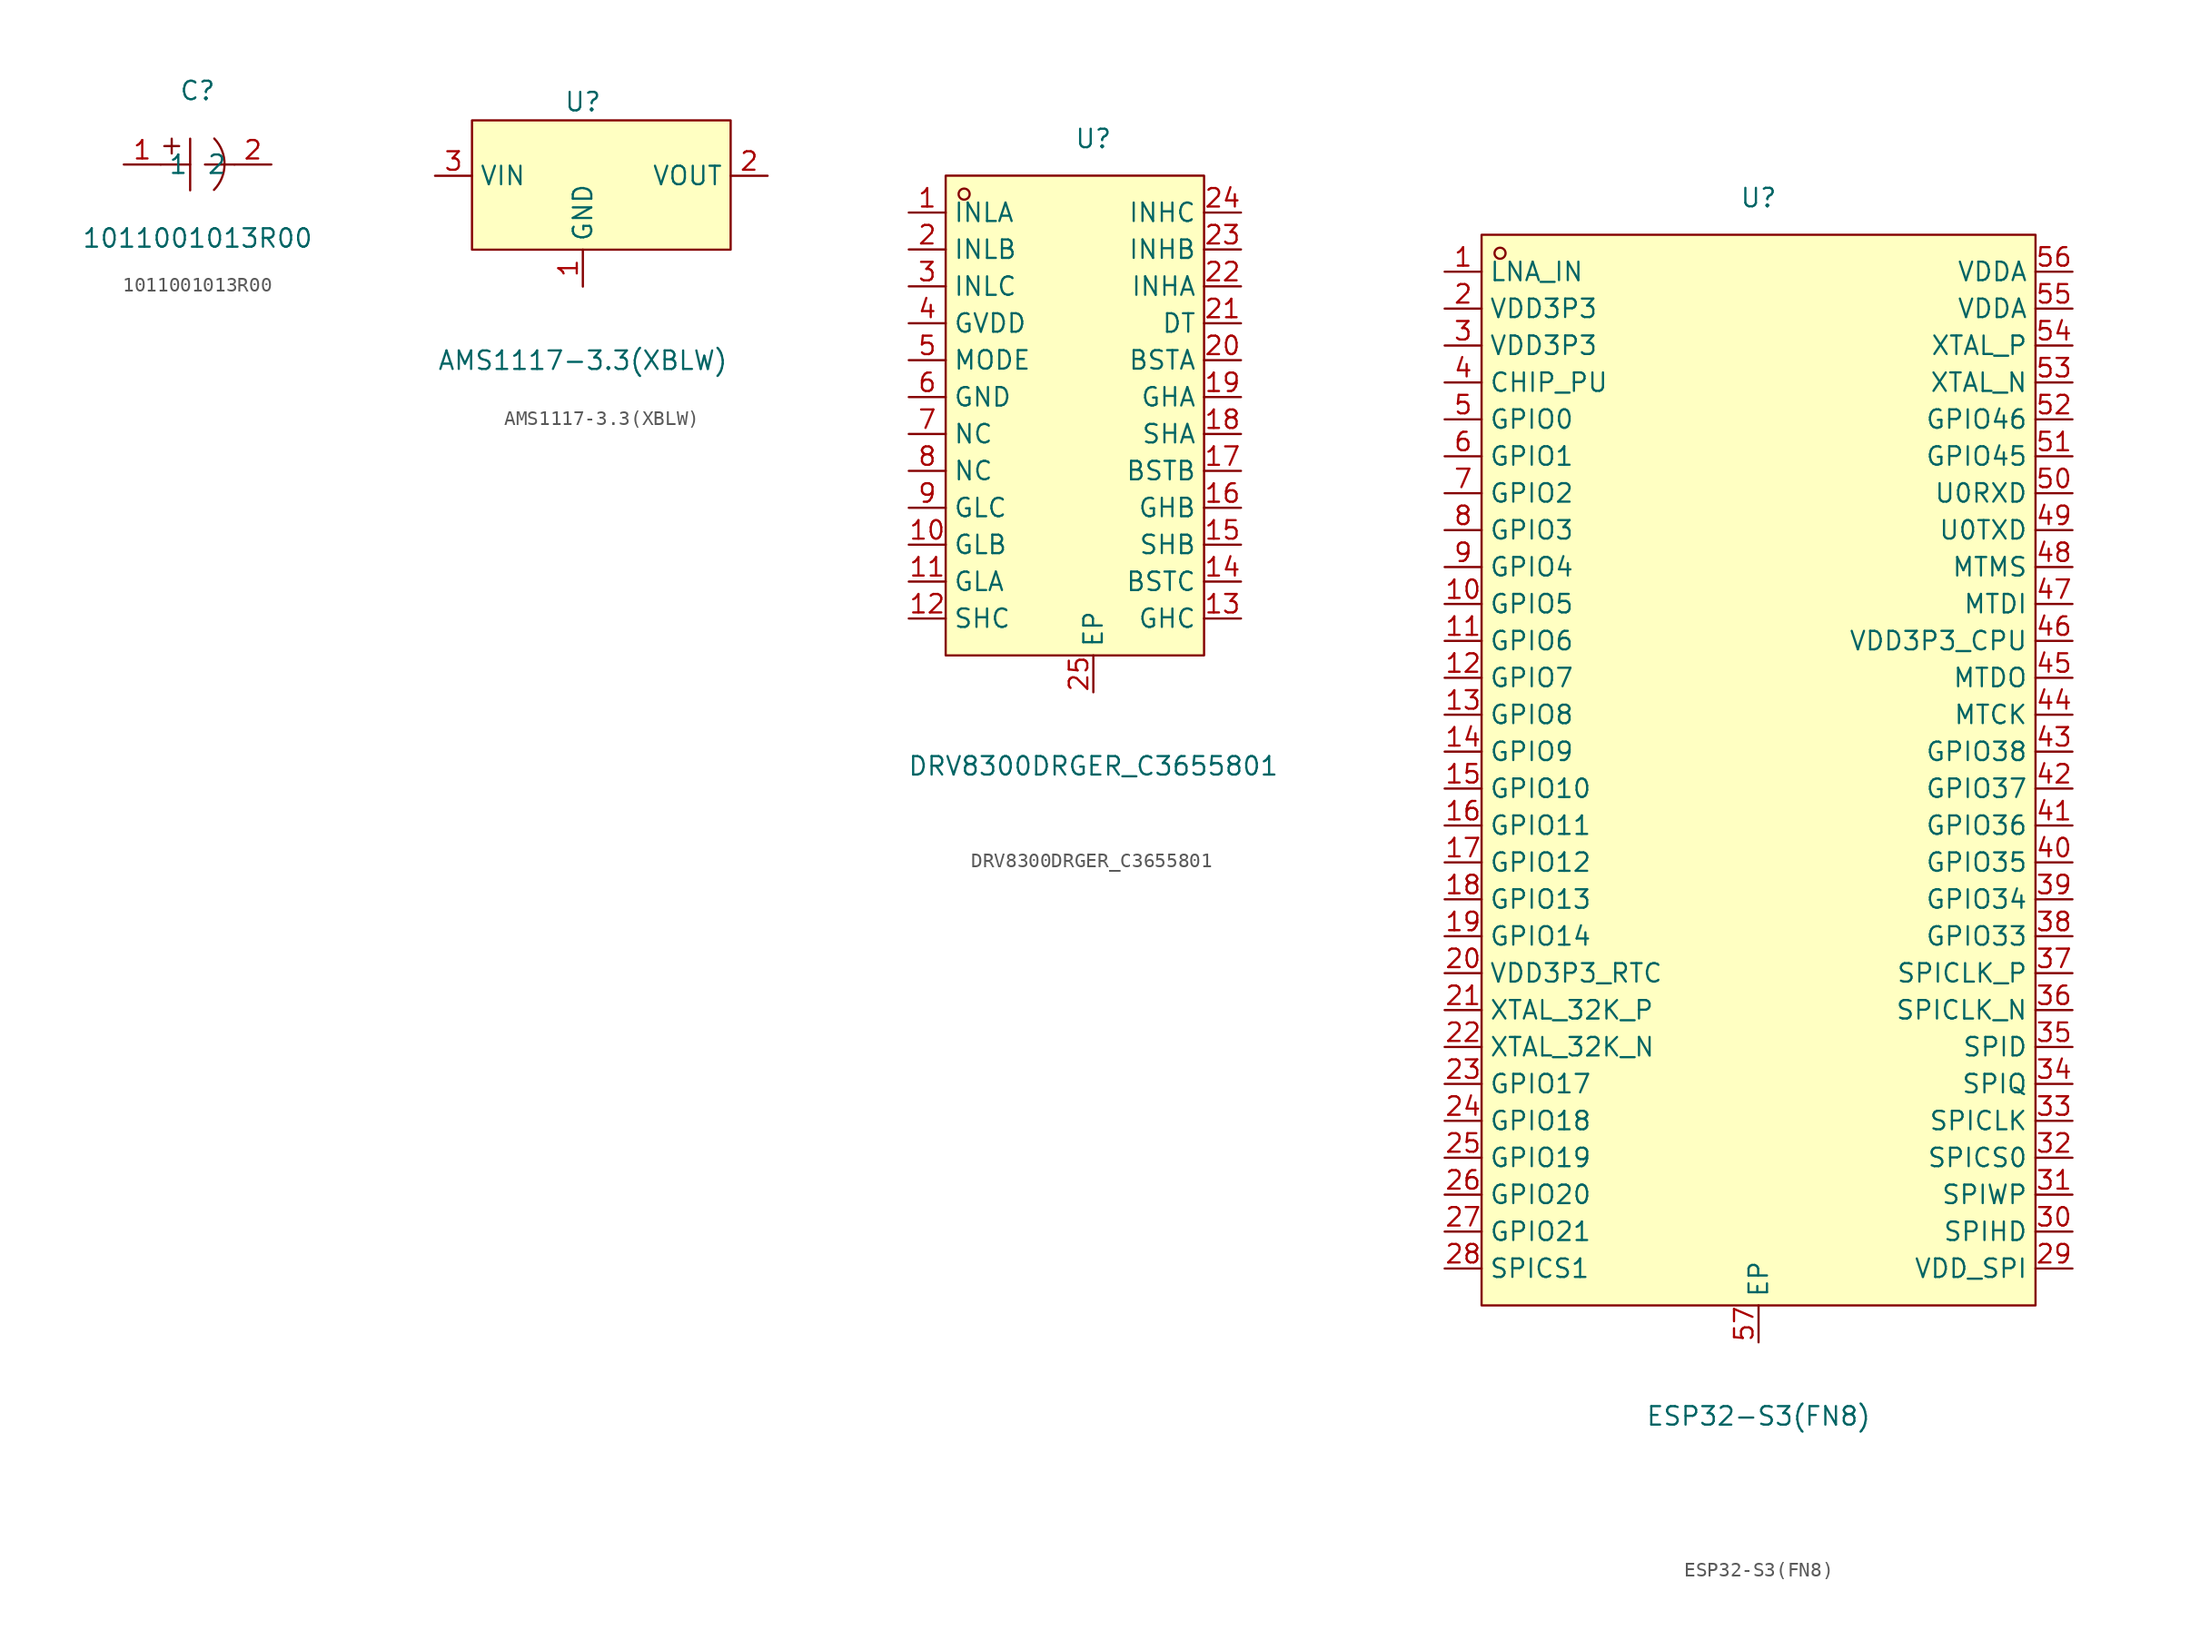
<source format=kicad_sym>
(kicad_symbol_lib
  (version 20211014)
  (generator https://github.com/uPesy/easyeda2kicad.py)
  (symbol "1011001013R00"
    (property "Reference" "C"
      (at 0 5.08 0)
      (effects (font (size 1.27 1.27))))
    (property "Value" "1011001013R00"
      (at 0 -5.08 0)
      (effects (font (size 1.27 1.27))))
    (symbol "1011001013R00_0_1"
      (arc (start 1.13 -1.75) (mid 5.47 -0.41) (end 1.15 1.79) (stroke (width 0) (type default) (color 0 0 0 0)) (fill (type none)))
      (polyline (pts (xy -0.51 1.78) (xy -0.51 -1.78)) (stroke (width 0) (type default) (color 0 0 0 0)) (fill (type none)))
      (polyline (pts (xy -2.54 -0.00) (xy -0.51 -0.00)) (stroke (width 0) (type default) (color 0 0 0 0)) (fill (type none)))
      (polyline (pts (xy 0.51 -0.00) (xy 2.54 -0.00)) (stroke (width 0) (type default) (color 0 0 0 0)) (fill (type none)))
      (polyline (pts (xy -2.29 1.27) (xy -1.27 1.27)) (stroke (width 0) (type default) (color 0 0 0 0)) (fill (type none)))
      (polyline (pts (xy -1.78 1.78) (xy -1.78 0.76)) (stroke (width 0) (type default) (color 0 0 0 0)) (fill (type none)))
      (pin input line (at -5.08 -0.00 0) (length 2.54) (name "1" (effects (font (size 1.27 1.27)))) (number "1" (effects (font (size 1.27 1.27)))))
      (pin input line (at 5.08 -0.00 180) (length 2.54) (name "2" (effects (font (size 1.27 1.27)))) (number "2" (effects (font (size 1.27 1.27)))))))
  (symbol "AMS1117-3.3(XBLW)"
    (property "Reference" "U"
      (at 0 5.08 0)
      (effects (font (size 1.27 1.27))))
    (property "Value" "AMS1117-3.3(XBLW)"
      (at 0 -12.70 0)
      (effects (font (size 1.27 1.27))))
    (symbol "AMS1117-3.3(XBLW)_0_1"
      (rectangle (start -7.62 3.81) (end 10.16 -5.08) (stroke (width 0) (type default) (color 0 0 0 0)) (fill (type background)))
      (pin unspecified line (at 0.00 -7.62 90) (length 2.54) (name "GND" (effects (font (size 1.27 1.27)))) (number "1" (effects (font (size 1.27 1.27)))))
      (pin unspecified line (at 12.70 -0.00 180) (length 2.54) (name "VOUT" (effects (font (size 1.27 1.27)))) (number "2" (effects (font (size 1.27 1.27)))))
      (pin unspecified line (at -10.16 -0.00 0) (length 2.54) (name "VIN" (effects (font (size 1.27 1.27)))) (number "3" (effects (font (size 1.27 1.27)))))))
  (symbol "DRV8300DRGER_C3655801"
    (property "Reference" "U"
      (at 0 20.32 0)
      (effects (font (size 1.27 1.27))))
    (property "Value" "DRV8300DRGER_C3655801"
      (at 0 -22.86 0)
      (effects (font (size 1.27 1.27))))
    (symbol "DRV8300DRGER_C3655801_0_1"
      (rectangle (start -10.16 17.78) (end 7.62 -15.24) (stroke (width 0) (type default) (color 0 0 0 0)) (fill (type background)))
      (circle (center -8.89 16.51) (radius 0.38) (stroke (width 0) (type default) (color 0 0 0 0)) (fill (type none)))
      (pin unspecified line (at 0.00 -17.78 90) (length 2.54) (name "EP" (effects (font (size 1.27 1.27)))) (number "25" (effects (font (size 1.27 1.27)))))
      (pin unspecified line (at 10.16 15.24 180) (length 2.54) (name "INHC" (effects (font (size 1.27 1.27)))) (number "24" (effects (font (size 1.27 1.27)))))
      (pin unspecified line (at 10.16 12.70 180) (length 2.54) (name "INHB" (effects (font (size 1.27 1.27)))) (number "23" (effects (font (size 1.27 1.27)))))
      (pin unspecified line (at 10.16 10.16 180) (length 2.54) (name "INHA" (effects (font (size 1.27 1.27)))) (number "22" (effects (font (size 1.27 1.27)))))
      (pin unspecified line (at 10.16 7.62 180) (length 2.54) (name "DT" (effects (font (size 1.27 1.27)))) (number "21" (effects (font (size 1.27 1.27)))))
      (pin unspecified line (at 10.16 5.08 180) (length 2.54) (name "BSTA" (effects (font (size 1.27 1.27)))) (number "20" (effects (font (size 1.27 1.27)))))
      (pin unspecified line (at 10.16 2.54 180) (length 2.54) (name "GHA" (effects (font (size 1.27 1.27)))) (number "19" (effects (font (size 1.27 1.27)))))
      (pin unspecified line (at 10.16 -0.00 180) (length 2.54) (name "SHA" (effects (font (size 1.27 1.27)))) (number "18" (effects (font (size 1.27 1.27)))))
      (pin unspecified line (at 10.16 -2.54 180) (length 2.54) (name "BSTB" (effects (font (size 1.27 1.27)))) (number "17" (effects (font (size 1.27 1.27)))))
      (pin unspecified line (at 10.16 -5.08 180) (length 2.54) (name "GHB" (effects (font (size 1.27 1.27)))) (number "16" (effects (font (size 1.27 1.27)))))
      (pin unspecified line (at 10.16 -7.62 180) (length 2.54) (name "SHB" (effects (font (size 1.27 1.27)))) (number "15" (effects (font (size 1.27 1.27)))))
      (pin unspecified line (at 10.16 -10.16 180) (length 2.54) (name "BSTC" (effects (font (size 1.27 1.27)))) (number "14" (effects (font (size 1.27 1.27)))))
      (pin unspecified line (at 10.16 -12.70 180) (length 2.54) (name "GHC" (effects (font (size 1.27 1.27)))) (number "13" (effects (font (size 1.27 1.27)))))
      (pin unspecified line (at -12.70 -12.70 0) (length 2.54) (name "SHC" (effects (font (size 1.27 1.27)))) (number "12" (effects (font (size 1.27 1.27)))))
      (pin unspecified line (at -12.70 -10.16 0) (length 2.54) (name "GLA" (effects (font (size 1.27 1.27)))) (number "11" (effects (font (size 1.27 1.27)))))
      (pin unspecified line (at -12.70 -7.62 0) (length 2.54) (name "GLB" (effects (font (size 1.27 1.27)))) (number "10" (effects (font (size 1.27 1.27)))))
      (pin unspecified line (at -12.70 -5.08 0) (length 2.54) (name "GLC" (effects (font (size 1.27 1.27)))) (number "9" (effects (font (size 1.27 1.27)))))
      (pin unspecified line (at -12.70 -2.54 0) (length 2.54) (name "NC" (effects (font (size 1.27 1.27)))) (number "8" (effects (font (size 1.27 1.27)))))
      (pin unspecified line (at -12.70 -0.00 0) (length 2.54) (name "NC" (effects (font (size 1.27 1.27)))) (number "7" (effects (font (size 1.27 1.27)))))
      (pin unspecified line (at -12.70 2.54 0) (length 2.54) (name "GND" (effects (font (size 1.27 1.27)))) (number "6" (effects (font (size 1.27 1.27)))))
      (pin unspecified line (at -12.70 5.08 0) (length 2.54) (name "MODE" (effects (font (size 1.27 1.27)))) (number "5" (effects (font (size 1.27 1.27)))))
      (pin unspecified line (at -12.70 7.62 0) (length 2.54) (name "GVDD" (effects (font (size 1.27 1.27)))) (number "4" (effects (font (size 1.27 1.27)))))
      (pin unspecified line (at -12.70 10.16 0) (length 2.54) (name "INLC" (effects (font (size 1.27 1.27)))) (number "3" (effects (font (size 1.27 1.27)))))
      (pin unspecified line (at -12.70 12.70 0) (length 2.54) (name "INLB" (effects (font (size 1.27 1.27)))) (number "2" (effects (font (size 1.27 1.27)))))
      (pin unspecified line (at -12.70 15.24 0) (length 2.54) (name "INLA" (effects (font (size 1.27 1.27)))) (number "1" (effects (font (size 1.27 1.27)))))))
  (symbol "ESP32-S3(FN8)"
    (property "Reference" "U"
      (at 0 39.37 0)
      (effects (font (size 1.27 1.27))))
    (property "Value" "ESP32-S3(FN8)"
      (at 0 -44.45 0)
      (effects (font (size 1.27 1.27))))
    (symbol "ESP32-S3(FN8)_0_1"
      (rectangle (start -19.05 36.83) (end 19.05 -36.83) (stroke (width 0) (type default) (color 0 0 0 0)) (fill (type background)))
      (circle (center -17.78 35.56) (radius 0.38) (stroke (width 0) (type default) (color 0 0 0 0)) (fill (type none)))
      (pin unspecified line (at -21.59 34.29 0) (length 2.54) (name "LNA_IN" (effects (font (size 1.27 1.27)))) (number "1" (effects (font (size 1.27 1.27)))))
      (pin unspecified line (at -21.59 31.75 0) (length 2.54) (name "VDD3P3" (effects (font (size 1.27 1.27)))) (number "2" (effects (font (size 1.27 1.27)))))
      (pin unspecified line (at -21.59 29.21 0) (length 2.54) (name "VDD3P3" (effects (font (size 1.27 1.27)))) (number "3" (effects (font (size 1.27 1.27)))))
      (pin unspecified line (at -21.59 26.67 0) (length 2.54) (name "CHIP_PU" (effects (font (size 1.27 1.27)))) (number "4" (effects (font (size 1.27 1.27)))))
      (pin unspecified line (at -21.59 24.13 0) (length 2.54) (name "GPIO0" (effects (font (size 1.27 1.27)))) (number "5" (effects (font (size 1.27 1.27)))))
      (pin unspecified line (at -21.59 21.59 0) (length 2.54) (name "GPIO1" (effects (font (size 1.27 1.27)))) (number "6" (effects (font (size 1.27 1.27)))))
      (pin unspecified line (at -21.59 19.05 0) (length 2.54) (name "GPIO2" (effects (font (size 1.27 1.27)))) (number "7" (effects (font (size 1.27 1.27)))))
      (pin unspecified line (at -21.59 16.51 0) (length 2.54) (name "GPIO3" (effects (font (size 1.27 1.27)))) (number "8" (effects (font (size 1.27 1.27)))))
      (pin unspecified line (at -21.59 13.97 0) (length 2.54) (name "GPIO4" (effects (font (size 1.27 1.27)))) (number "9" (effects (font (size 1.27 1.27)))))
      (pin unspecified line (at -21.59 11.43 0) (length 2.54) (name "GPIO5" (effects (font (size 1.27 1.27)))) (number "10" (effects (font (size 1.27 1.27)))))
      (pin unspecified line (at -21.59 8.89 0) (length 2.54) (name "GPIO6" (effects (font (size 1.27 1.27)))) (number "11" (effects (font (size 1.27 1.27)))))
      (pin unspecified line (at -21.59 6.35 0) (length 2.54) (name "GPIO7" (effects (font (size 1.27 1.27)))) (number "12" (effects (font (size 1.27 1.27)))))
      (pin unspecified line (at -21.59 3.81 0) (length 2.54) (name "GPIO8" (effects (font (size 1.27 1.27)))) (number "13" (effects (font (size 1.27 1.27)))))
      (pin unspecified line (at -21.59 1.27 0) (length 2.54) (name "GPIO9" (effects (font (size 1.27 1.27)))) (number "14" (effects (font (size 1.27 1.27)))))
      (pin unspecified line (at -21.59 -1.27 0) (length 2.54) (name "GPIO10" (effects (font (size 1.27 1.27)))) (number "15" (effects (font (size 1.27 1.27)))))
      (pin unspecified line (at -21.59 -3.81 0) (length 2.54) (name "GPIO11" (effects (font (size 1.27 1.27)))) (number "16" (effects (font (size 1.27 1.27)))))
      (pin unspecified line (at -21.59 -6.35 0) (length 2.54) (name "GPIO12" (effects (font (size 1.27 1.27)))) (number "17" (effects (font (size 1.27 1.27)))))
      (pin unspecified line (at -21.59 -8.89 0) (length 2.54) (name "GPIO13" (effects (font (size 1.27 1.27)))) (number "18" (effects (font (size 1.27 1.27)))))
      (pin unspecified line (at -21.59 -11.43 0) (length 2.54) (name "GPIO14" (effects (font (size 1.27 1.27)))) (number "19" (effects (font (size 1.27 1.27)))))
      (pin unspecified line (at -21.59 -13.97 0) (length 2.54) (name "VDD3P3_RTC" (effects (font (size 1.27 1.27)))) (number "20" (effects (font (size 1.27 1.27)))))
      (pin unspecified line (at -21.59 -16.51 0) (length 2.54) (name "XTAL_32K_P" (effects (font (size 1.27 1.27)))) (number "21" (effects (font (size 1.27 1.27)))))
      (pin unspecified line (at -21.59 -19.05 0) (length 2.54) (name "XTAL_32K_N" (effects (font (size 1.27 1.27)))) (number "22" (effects (font (size 1.27 1.27)))))
      (pin unspecified line (at -21.59 -21.59 0) (length 2.54) (name "GPIO17" (effects (font (size 1.27 1.27)))) (number "23" (effects (font (size 1.27 1.27)))))
      (pin unspecified line (at -21.59 -24.13 0) (length 2.54) (name "GPIO18" (effects (font (size 1.27 1.27)))) (number "24" (effects (font (size 1.27 1.27)))))
      (pin unspecified line (at -21.59 -26.67 0) (length 2.54) (name "GPIO19" (effects (font (size 1.27 1.27)))) (number "25" (effects (font (size 1.27 1.27)))))
      (pin unspecified line (at -21.59 -29.21 0) (length 2.54) (name "GPIO20" (effects (font (size 1.27 1.27)))) (number "26" (effects (font (size 1.27 1.27)))))
      (pin unspecified line (at -21.59 -31.75 0) (length 2.54) (name "GPIO21" (effects (font (size 1.27 1.27)))) (number "27" (effects (font (size 1.27 1.27)))))
      (pin unspecified line (at -21.59 -34.29 0) (length 2.54) (name "SPICS1" (effects (font (size 1.27 1.27)))) (number "28" (effects (font (size 1.27 1.27)))))
      (pin unspecified line (at 21.59 -34.29 180) (length 2.54) (name "VDD_SPI" (effects (font (size 1.27 1.27)))) (number "29" (effects (font (size 1.27 1.27)))))
      (pin unspecified line (at 21.59 -31.75 180) (length 2.54) (name "SPIHD" (effects (font (size 1.27 1.27)))) (number "30" (effects (font (size 1.27 1.27)))))
      (pin unspecified line (at 21.59 -29.21 180) (length 2.54) (name "SPIWP" (effects (font (size 1.27 1.27)))) (number "31" (effects (font (size 1.27 1.27)))))
      (pin unspecified line (at 21.59 -26.67 180) (length 2.54) (name "SPICS0" (effects (font (size 1.27 1.27)))) (number "32" (effects (font (size 1.27 1.27)))))
      (pin unspecified line (at 21.59 -24.13 180) (length 2.54) (name "SPICLK" (effects (font (size 1.27 1.27)))) (number "33" (effects (font (size 1.27 1.27)))))
      (pin unspecified line (at 21.59 -21.59 180) (length 2.54) (name "SPIQ" (effects (font (size 1.27 1.27)))) (number "34" (effects (font (size 1.27 1.27)))))
      (pin unspecified line (at 21.59 -19.05 180) (length 2.54) (name "SPID" (effects (font (size 1.27 1.27)))) (number "35" (effects (font (size 1.27 1.27)))))
      (pin unspecified line (at 21.59 -16.51 180) (length 2.54) (name "SPICLK_N" (effects (font (size 1.27 1.27)))) (number "36" (effects (font (size 1.27 1.27)))))
      (pin unspecified line (at 21.59 -13.97 180) (length 2.54) (name "SPICLK_P" (effects (font (size 1.27 1.27)))) (number "37" (effects (font (size 1.27 1.27)))))
      (pin unspecified line (at 21.59 -11.43 180) (length 2.54) (name "GPIO33" (effects (font (size 1.27 1.27)))) (number "38" (effects (font (size 1.27 1.27)))))
      (pin unspecified line (at 21.59 -8.89 180) (length 2.54) (name "GPIO34" (effects (font (size 1.27 1.27)))) (number "39" (effects (font (size 1.27 1.27)))))
      (pin unspecified line (at 21.59 -6.35 180) (length 2.54) (name "GPIO35" (effects (font (size 1.27 1.27)))) (number "40" (effects (font (size 1.27 1.27)))))
      (pin unspecified line (at 21.59 -3.81 180) (length 2.54) (name "GPIO36" (effects (font (size 1.27 1.27)))) (number "41" (effects (font (size 1.27 1.27)))))
      (pin unspecified line (at 21.59 -1.27 180) (length 2.54) (name "GPIO37" (effects (font (size 1.27 1.27)))) (number "42" (effects (font (size 1.27 1.27)))))
      (pin unspecified line (at 21.59 1.27 180) (length 2.54) (name "GPIO38" (effects (font (size 1.27 1.27)))) (number "43" (effects (font (size 1.27 1.27)))))
      (pin unspecified line (at 21.59 3.81 180) (length 2.54) (name "MTCK" (effects (font (size 1.27 1.27)))) (number "44" (effects (font (size 1.27 1.27)))))
      (pin unspecified line (at 21.59 6.35 180) (length 2.54) (name "MTDO" (effects (font (size 1.27 1.27)))) (number "45" (effects (font (size 1.27 1.27)))))
      (pin unspecified line (at 21.59 8.89 180) (length 2.54) (name "VDD3P3_CPU" (effects (font (size 1.27 1.27)))) (number "46" (effects (font (size 1.27 1.27)))))
      (pin unspecified line (at 21.59 11.43 180) (length 2.54) (name "MTDI" (effects (font (size 1.27 1.27)))) (number "47" (effects (font (size 1.27 1.27)))))
      (pin unspecified line (at 21.59 13.97 180) (length 2.54) (name "MTMS" (effects (font (size 1.27 1.27)))) (number "48" (effects (font (size 1.27 1.27)))))
      (pin unspecified line (at 21.59 16.51 180) (length 2.54) (name "U0TXD" (effects (font (size 1.27 1.27)))) (number "49" (effects (font (size 1.27 1.27)))))
      (pin unspecified line (at 21.59 19.05 180) (length 2.54) (name "U0RXD" (effects (font (size 1.27 1.27)))) (number "50" (effects (font (size 1.27 1.27)))))
      (pin unspecified line (at 21.59 21.59 180) (length 2.54) (name "GPIO45" (effects (font (size 1.27 1.27)))) (number "51" (effects (font (size 1.27 1.27)))))
      (pin unspecified line (at 21.59 24.13 180) (length 2.54) (name "GPIO46" (effects (font (size 1.27 1.27)))) (number "52" (effects (font (size 1.27 1.27)))))
      (pin unspecified line (at 21.59 26.67 180) (length 2.54) (name "XTAL_N" (effects (font (size 1.27 1.27)))) (number "53" (effects (font (size 1.27 1.27)))))
      (pin unspecified line (at 21.59 29.21 180) (length 2.54) (name "XTAL_P" (effects (font (size 1.27 1.27)))) (number "54" (effects (font (size 1.27 1.27)))))
      (pin unspecified line (at 21.59 31.75 180) (length 2.54) (name "VDDA" (effects (font (size 1.27 1.27)))) (number "55" (effects (font (size 1.27 1.27)))))
      (pin unspecified line (at 21.59 34.29 180) (length 2.54) (name "VDDA" (effects (font (size 1.27 1.27)))) (number "56" (effects (font (size 1.27 1.27)))))
      (pin unspecified line (at 0.00 -39.37 90) (length 2.54) (name "EP" (effects (font (size 1.27 1.27)))) (number "57" (effects (font (size 1.27 1.27))))))))
</source>
